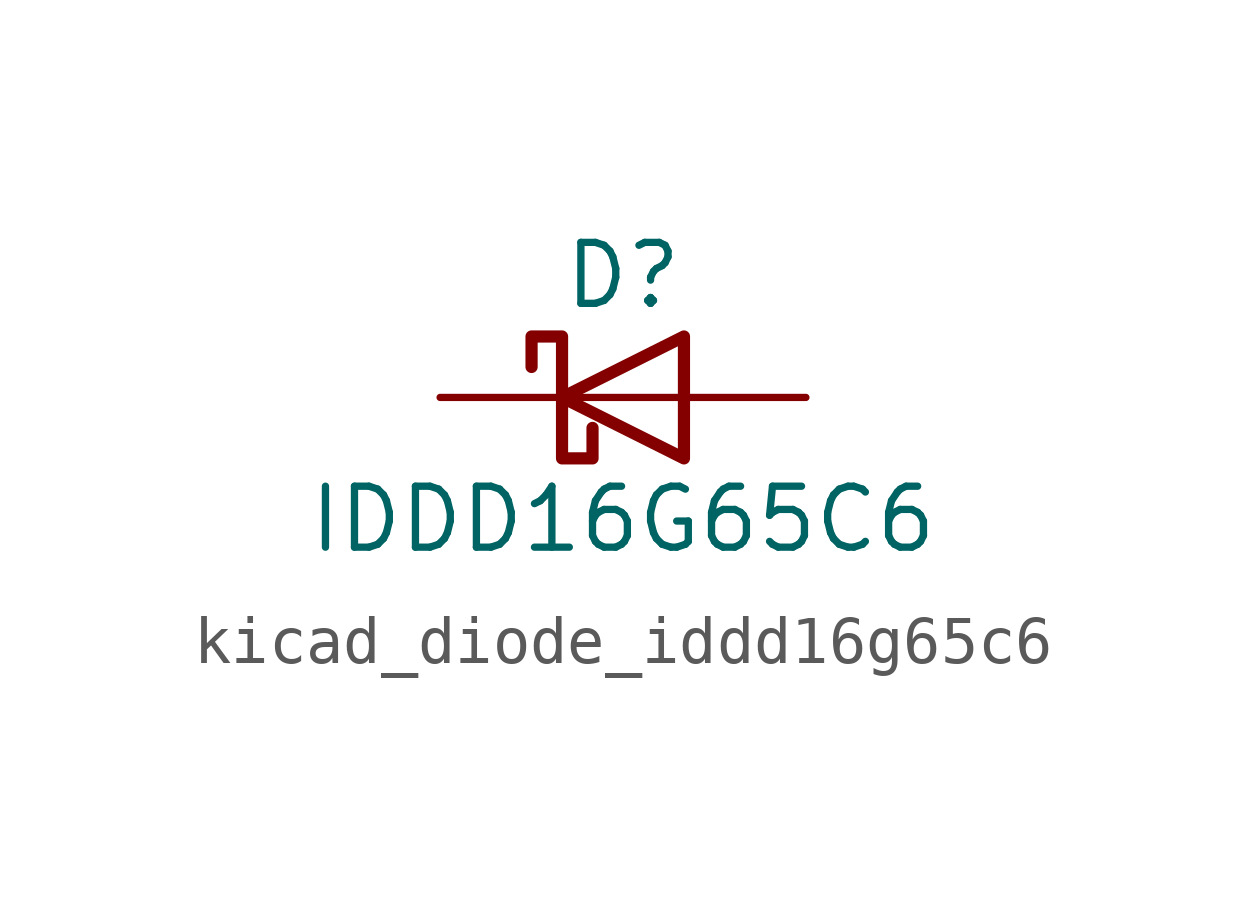
<source format=kicad_sym>
(kicad_symbol_lib
  (version 20220914)
  (generator kicad_symbol_editor)
  (symbol "kicad_diode_iddd16g65c6"
    (pin_numbers hide)
    (pin_names
      (offset 1.016) hide)
    (property "Reference" "D"
      (at 0 2.54 0)
      (effects (font (size 1.27 1.27))))
    (property "Value" "IDDD16G65C6"
      (at 0 -2.54 0)
      (effects (font (size 1.27 1.27))))
    (symbol "kicad_diode_iddd16g65c6_0_1"
      (polyline (pts (xy 1.27 0) (xy -1.27 0)) (stroke (width 0) (type default)) (fill (type none)))
      (polyline (pts (xy 1.27 1.27) (xy 1.27 -1.27) (xy -1.27 0) (xy 1.27 1.27)) (stroke (width 0.254) (type default)) (fill (type none)))
      (polyline (pts (xy -1.905 0.635) (xy -1.905 1.27) (xy -1.27 1.27) (xy -1.27 -1.27) (xy -0.635 -1.27) (xy -0.635 -0.635)) (stroke (width 0.254) (type default)) (fill (type none))))
    (symbol "kicad_diode_iddd16g65c6_1_1"
      (pin no_connect line (at 1.27 -1.27 180) (length 2.54) hide (name "NC" (effects (font (size 1.27 1.27)))) (number "1" (effects (font (size 1.27 1.27)))))
      (pin passive line (at -3.81 0 0) (length 2.54) hide (name "K" (effects (font (size 1.27 1.27)))) (number "10" (effects (font (size 1.27 1.27)))))
      (pin no_connect line (at 1.27 1.27 180) (length 2.54) hide (name "NC" (effects (font (size 1.27 1.27)))) (number "2" (effects (font (size 1.27 1.27)))))
      (pin passive line (at 3.81 0 180) (length 2.54) (name "A" (effects (font (size 1.27 1.27)))) (number "3" (effects (font (size 1.27 1.27)))))
      (pin passive line (at 3.81 0 180) (length 2.54) hide (name "A" (effects (font (size 1.27 1.27)))) (number "4" (effects (font (size 1.27 1.27)))))
      (pin passive line (at 3.81 0 180) (length 2.54) hide (name "A" (effects (font (size 1.27 1.27)))) (number "5" (effects (font (size 1.27 1.27)))))
      (pin passive line (at -3.81 0 0) (length 2.54) (name "K" (effects (font (size 1.27 1.27)))) (number "6" (effects (font (size 1.27 1.27)))))
      (pin passive line (at -3.81 0 0) (length 2.54) hide (name "K" (effects (font (size 1.27 1.27)))) (number "7" (effects (font (size 1.27 1.27)))))
      (pin passive line (at -3.81 0 0) (length 2.54) hide (name "K" (effects (font (size 1.27 1.27)))) (number "8" (effects (font (size 1.27 1.27)))))
      (pin passive line (at -3.81 0 0) (length 2.54) hide (name "K" (effects (font (size 1.27 1.27)))) (number "9" (effects (font (size 1.27 1.27))))))))
</source>
